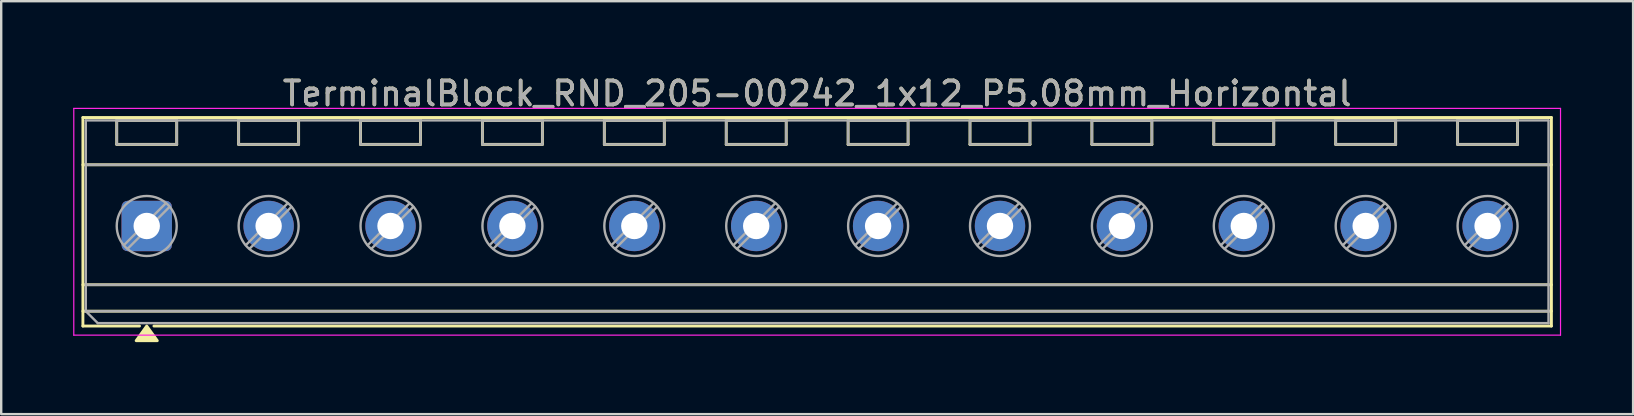
<source format=kicad_pcb>
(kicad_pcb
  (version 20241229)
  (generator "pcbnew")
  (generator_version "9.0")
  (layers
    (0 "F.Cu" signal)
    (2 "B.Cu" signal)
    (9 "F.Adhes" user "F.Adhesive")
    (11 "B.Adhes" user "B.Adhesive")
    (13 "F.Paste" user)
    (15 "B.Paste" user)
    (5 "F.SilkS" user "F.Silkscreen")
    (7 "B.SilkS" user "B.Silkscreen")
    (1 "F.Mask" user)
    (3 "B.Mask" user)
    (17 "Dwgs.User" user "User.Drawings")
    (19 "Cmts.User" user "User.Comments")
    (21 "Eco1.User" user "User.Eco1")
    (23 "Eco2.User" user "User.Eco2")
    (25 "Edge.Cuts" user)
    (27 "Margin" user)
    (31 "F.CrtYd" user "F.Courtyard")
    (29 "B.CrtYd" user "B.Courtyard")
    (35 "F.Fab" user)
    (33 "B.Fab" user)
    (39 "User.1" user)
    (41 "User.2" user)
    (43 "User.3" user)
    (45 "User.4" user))
  (footprint "TerminalBlock_RND_205-00242_1x12_P5.08mm_Horizontal"
    (layer "F.Cu")
    (at 3.065 6.368)
    (property "Reference" "TerminalBlock_RND_205-00242_1x12_P5.08mm_Horizontal" (at 27.94 -5.52 0) (layer "F.SilkS") (effects (font (size 1 1) (thickness 0.15))))
    (attr through_hole)
    (fp_line (start -2.66 -4.52) (end -2.66 4.17) (stroke (width 0.12) (type solid)) (layer "F.SilkS"))
    (fp_line (start -2.66 -4.52) (end 58.54 -4.52) (stroke (width 0.12) (type solid)) (layer "F.SilkS"))
    (fp_line (start -2.66 -2.55) (end 58.54 -2.55) (stroke (width 0.12) (type solid)) (layer "F.SilkS"))
    (fp_line (start -2.66 2.45) (end 58.54 2.45) (stroke (width 0.12) (type solid)) (layer "F.SilkS"))
    (fp_line (start -2.66 3.55) (end 58.54 3.55) (stroke (width 0.12) (type solid)) (layer "F.SilkS"))
    (fp_line (start -2.66 4.17) (end -0.3 4.17) (stroke (width 0.12) (type solid)) (layer "F.SilkS"))
    (fp_line (start -1.25 -4.4) (end -1.25 -3.4) (stroke (width 0.12) (type solid)) (layer "F.SilkS"))
    (fp_line (start -1.25 -4.4) (end 1.25 -4.4) (stroke (width 0.12) (type solid)) (layer "F.SilkS"))
    (fp_line (start -1.25 -3.4) (end 1.25 -3.4) (stroke (width 0.12) (type solid)) (layer "F.SilkS"))
    (fp_line (start 0.3 4.17) (end 58.54 4.17) (stroke (width 0.12) (type solid)) (layer "F.SilkS"))
    (fp_line (start 1.25 -4.4) (end 1.25 -3.4) (stroke (width 0.12) (type solid)) (layer "F.SilkS"))
    (fp_line (start 3.83 -4.4) (end 3.83 -3.4) (stroke (width 0.12) (type solid)) (layer "F.SilkS"))
    (fp_line (start 3.83 -4.4) (end 6.33 -4.4) (stroke (width 0.12) (type solid)) (layer "F.SilkS"))
    (fp_line (start 3.83 -3.4) (end 6.33 -3.4) (stroke (width 0.12) (type solid)) (layer "F.SilkS"))
    (fp_line (start 6.33 -4.4) (end 6.33 -3.4) (stroke (width 0.12) (type solid)) (layer "F.SilkS"))
    (fp_line (start 8.91 -4.4) (end 8.91 -3.4) (stroke (width 0.12) (type solid)) (layer "F.SilkS"))
    (fp_line (start 8.91 -4.4) (end 11.41 -4.4) (stroke (width 0.12) (type solid)) (layer "F.SilkS"))
    (fp_line (start 8.91 -3.4) (end 11.41 -3.4) (stroke (width 0.12) (type solid)) (layer "F.SilkS"))
    (fp_line (start 11.41 -4.4) (end 11.41 -3.4) (stroke (width 0.12) (type solid)) (layer "F.SilkS"))
    (fp_line (start 13.99 -4.4) (end 13.99 -3.4) (stroke (width 0.12) (type solid)) (layer "F.SilkS"))
    (fp_line (start 13.99 -4.4) (end 16.49 -4.4) (stroke (width 0.12) (type solid)) (layer "F.SilkS"))
    (fp_line (start 13.99 -3.4) (end 16.49 -3.4) (stroke (width 0.12) (type solid)) (layer "F.SilkS"))
    (fp_line (start 16.49 -4.4) (end 16.49 -3.4) (stroke (width 0.12) (type solid)) (layer "F.SilkS"))
    (fp_line (start 19.07 -4.4) (end 19.07 -3.4) (stroke (width 0.12) (type solid)) (layer "F.SilkS"))
    (fp_line (start 19.07 -4.4) (end 21.57 -4.4) (stroke (width 0.12) (type solid)) (layer "F.SilkS"))
    (fp_line (start 19.07 -3.4) (end 21.57 -3.4) (stroke (width 0.12) (type solid)) (layer "F.SilkS"))
    (fp_line (start 21.57 -4.4) (end 21.57 -3.4) (stroke (width 0.12) (type solid)) (layer "F.SilkS"))
    (fp_line (start 24.15 -4.4) (end 24.15 -3.4) (stroke (width 0.12) (type solid)) (layer "F.SilkS"))
    (fp_line (start 24.15 -4.4) (end 26.65 -4.4) (stroke (width 0.12) (type solid)) (layer "F.SilkS"))
    (fp_line (start 24.15 -3.4) (end 26.65 -3.4) (stroke (width 0.12) (type solid)) (layer "F.SilkS"))
    (fp_line (start 26.65 -4.4) (end 26.65 -3.4) (stroke (width 0.12) (type solid)) (layer "F.SilkS"))
    (fp_line (start 29.23 -4.4) (end 29.23 -3.4) (stroke (width 0.12) (type solid)) (layer "F.SilkS"))
    (fp_line (start 29.23 -4.4) (end 31.73 -4.4) (stroke (width 0.12) (type solid)) (layer "F.SilkS"))
    (fp_line (start 29.23 -3.4) (end 31.73 -3.4) (stroke (width 0.12) (type solid)) (layer "F.SilkS"))
    (fp_line (start 31.73 -4.4) (end 31.73 -3.4) (stroke (width 0.12) (type solid)) (layer "F.SilkS"))
    (fp_line (start 34.31 -4.4) (end 34.31 -3.4) (stroke (width 0.12) (type solid)) (layer "F.SilkS"))
    (fp_line (start 34.31 -4.4) (end 36.81 -4.4) (stroke (width 0.12) (type solid)) (layer "F.SilkS"))
    (fp_line (start 34.31 -3.4) (end 36.81 -3.4) (stroke (width 0.12) (type solid)) (layer "F.SilkS"))
    (fp_line (start 36.81 -4.4) (end 36.81 -3.4) (stroke (width 0.12) (type solid)) (layer "F.SilkS"))
    (fp_line (start 39.39 -4.4) (end 39.39 -3.4) (stroke (width 0.12) (type solid)) (layer "F.SilkS"))
    (fp_line (start 39.39 -4.4) (end 41.89 -4.4) (stroke (width 0.12) (type solid)) (layer "F.SilkS"))
    (fp_line (start 39.39 -3.4) (end 41.89 -3.4) (stroke (width 0.12) (type solid)) (layer "F.SilkS"))
    (fp_line (start 41.89 -4.4) (end 41.89 -3.4) (stroke (width 0.12) (type solid)) (layer "F.SilkS"))
    (fp_line (start 44.47 -4.4) (end 44.47 -3.4) (stroke (width 0.12) (type solid)) (layer "F.SilkS"))
    (fp_line (start 44.47 -4.4) (end 46.97 -4.4) (stroke (width 0.12) (type solid)) (layer "F.SilkS"))
    (fp_line (start 44.47 -3.4) (end 46.97 -3.4) (stroke (width 0.12) (type solid)) (layer "F.SilkS"))
    (fp_line (start 46.97 -4.4) (end 46.97 -3.4) (stroke (width 0.12) (type solid)) (layer "F.SilkS"))
    (fp_line (start 49.55 -4.4) (end 49.55 -3.4) (stroke (width 0.12) (type solid)) (layer "F.SilkS"))
    (fp_line (start 49.55 -4.4) (end 52.05 -4.4) (stroke (width 0.12) (type solid)) (layer "F.SilkS"))
    (fp_line (start 49.55 -3.4) (end 52.05 -3.4) (stroke (width 0.12) (type solid)) (layer "F.SilkS"))
    (fp_line (start 52.05 -4.4) (end 52.05 -3.4) (stroke (width 0.12) (type solid)) (layer "F.SilkS"))
    (fp_line (start 54.63 -4.4) (end 54.63 -3.4) (stroke (width 0.12) (type solid)) (layer "F.SilkS"))
    (fp_line (start 54.63 -4.4) (end 57.13 -4.4) (stroke (width 0.12) (type solid)) (layer "F.SilkS"))
    (fp_line (start 54.63 -3.4) (end 57.13 -3.4) (stroke (width 0.12) (type solid)) (layer "F.SilkS"))
    (fp_line (start 57.13 -4.4) (end 57.13 -3.4) (stroke (width 0.12) (type solid)) (layer "F.SilkS"))
    (fp_line (start 58.54 -4.52) (end 58.54 4.17) (stroke (width 0.12) (type solid)) (layer "F.SilkS"))
    (fp_poly (pts (xy 0 4.17) (xy 0.44 4.78) (xy -0.44 4.78)) (stroke (width 0.12) (type solid)) (fill yes) (layer "F.SilkS"))
    (fp_line (start -3.04 -4.9) (end -3.04 4.55) (stroke (width 0.05) (type solid)) (layer "F.CrtYd"))
    (fp_line (start -3.04 4.55) (end 58.92 4.55) (stroke (width 0.05) (type solid)) (layer "F.CrtYd"))
    (fp_line (start 58.92 -4.9) (end -3.04 -4.9) (stroke (width 0.05) (type solid)) (layer "F.CrtYd"))
    (fp_line (start 58.92 4.55) (end 58.92 -4.9) (stroke (width 0.05) (type solid)) (layer "F.CrtYd"))
    (fp_line (start -2.54 -4.4) (end 58.42 -4.4) (stroke (width 0.1) (type solid)) (layer "F.Fab"))
    (fp_line (start -2.54 -2.55) (end 58.42 -2.55) (stroke (width 0.1) (type solid)) (layer "F.Fab"))
    (fp_line (start -2.54 2.45) (end 58.42 2.45) (stroke (width 0.1) (type solid)) (layer "F.Fab"))
    (fp_line (start -2.54 3.55) (end -2.54 -4.4) (stroke (width 0.1) (type solid)) (layer "F.Fab"))
    (fp_line (start -2.54 3.55) (end 58.42 3.55) (stroke (width 0.1) (type solid)) (layer "F.Fab"))
    (fp_line (start -2.04 4.05) (end -2.54 3.55) (stroke (width 0.1) (type solid)) (layer "F.Fab"))
    (fp_line (start -1.25 -4.4) (end -1.25 -3.4) (stroke (width 0.1) (type solid)) (layer "F.Fab"))
    (fp_line (start -1.25 -3.4) (end 1.25 -3.4) (stroke (width 0.1) (type solid)) (layer "F.Fab"))
    (fp_line (start 0.796 -0.948) (end -0.948 0.795) (stroke (width 0.1) (type solid)) (layer "F.Fab"))
    (fp_line (start 0.948 -0.795) (end -0.796 0.948) (stroke (width 0.1) (type solid)) (layer "F.Fab"))
    (fp_line (start 1.25 -4.4) (end -1.25 -4.4) (stroke (width 0.1) (type solid)) (layer "F.Fab"))
    (fp_line (start 1.25 -3.4) (end 1.25 -4.4) (stroke (width 0.1) (type solid)) (layer "F.Fab"))
    (fp_line (start 3.83 -4.4) (end 3.83 -3.4) (stroke (width 0.1) (type solid)) (layer "F.Fab"))
    (fp_line (start 3.83 -3.4) (end 6.33 -3.4) (stroke (width 0.1) (type solid)) (layer "F.Fab"))
    (fp_line (start 5.876 -0.948) (end 4.132 0.795) (stroke (width 0.1) (type solid)) (layer "F.Fab"))
    (fp_line (start 6.028 -0.795) (end 4.284 0.948) (stroke (width 0.1) (type solid)) (layer "F.Fab"))
    (fp_line (start 6.33 -4.4) (end 3.83 -4.4) (stroke (width 0.1) (type solid)) (layer "F.Fab"))
    (fp_line (start 6.33 -3.4) (end 6.33 -4.4) (stroke (width 0.1) (type solid)) (layer "F.Fab"))
    (fp_line (start 8.91 -4.4) (end 8.91 -3.4) (stroke (width 0.1) (type solid)) (layer "F.Fab"))
    (fp_line (start 8.91 -3.4) (end 11.41 -3.4) (stroke (width 0.1) (type solid)) (layer "F.Fab"))
    (fp_line (start 10.956 -0.948) (end 9.212 0.795) (stroke (width 0.1) (type solid)) (layer "F.Fab"))
    (fp_line (start 11.108 -0.795) (end 9.364 0.948) (stroke (width 0.1) (type solid)) (layer "F.Fab"))
    (fp_line (start 11.41 -4.4) (end 8.91 -4.4) (stroke (width 0.1) (type solid)) (layer "F.Fab"))
    (fp_line (start 11.41 -3.4) (end 11.41 -4.4) (stroke (width 0.1) (type solid)) (layer "F.Fab"))
    (fp_line (start 13.99 -4.4) (end 13.99 -3.4) (stroke (width 0.1) (type solid)) (layer "F.Fab"))
    (fp_line (start 13.99 -3.4) (end 16.49 -3.4) (stroke (width 0.1) (type solid)) (layer "F.Fab"))
    (fp_line (start 16.036 -0.948) (end 14.292 0.795) (stroke (width 0.1) (type solid)) (layer "F.Fab"))
    (fp_line (start 16.188 -0.795) (end 14.444 0.948) (stroke (width 0.1) (type solid)) (layer "F.Fab"))
    (fp_line (start 16.49 -4.4) (end 13.99 -4.4) (stroke (width 0.1) (type solid)) (layer "F.Fab"))
    (fp_line (start 16.49 -3.4) (end 16.49 -4.4) (stroke (width 0.1) (type solid)) (layer "F.Fab"))
    (fp_line (start 19.07 -4.4) (end 19.07 -3.4) (stroke (width 0.1) (type solid)) (layer "F.Fab"))
    (fp_line (start 19.07 -3.4) (end 21.57 -3.4) (stroke (width 0.1) (type solid)) (layer "F.Fab"))
    (fp_line (start 21.116 -0.948) (end 19.372 0.795) (stroke (width 0.1) (type solid)) (layer "F.Fab"))
    (fp_line (start 21.268 -0.795) (end 19.524 0.948) (stroke (width 0.1) (type solid)) (layer "F.Fab"))
    (fp_line (start 21.57 -4.4) (end 19.07 -4.4) (stroke (width 0.1) (type solid)) (layer "F.Fab"))
    (fp_line (start 21.57 -3.4) (end 21.57 -4.4) (stroke (width 0.1) (type solid)) (layer "F.Fab"))
    (fp_line (start 24.15 -4.4) (end 24.15 -3.4) (stroke (width 0.1) (type solid)) (layer "F.Fab"))
    (fp_line (start 24.15 -3.4) (end 26.65 -3.4) (stroke (width 0.1) (type solid)) (layer "F.Fab"))
    (fp_line (start 26.196 -0.948) (end 24.452 0.795) (stroke (width 0.1) (type solid)) (layer "F.Fab"))
    (fp_line (start 26.348 -0.795) (end 24.604 0.948) (stroke (width 0.1) (type solid)) (layer "F.Fab"))
    (fp_line (start 26.65 -4.4) (end 24.15 -4.4) (stroke (width 0.1) (type solid)) (layer "F.Fab"))
    (fp_line (start 26.65 -3.4) (end 26.65 -4.4) (stroke (width 0.1) (type solid)) (layer "F.Fab"))
    (fp_line (start 29.23 -4.4) (end 29.23 -3.4) (stroke (width 0.1) (type solid)) (layer "F.Fab"))
    (fp_line (start 29.23 -3.4) (end 31.73 -3.4) (stroke (width 0.1) (type solid)) (layer "F.Fab"))
    (fp_line (start 31.276 -0.948) (end 29.532 0.795) (stroke (width 0.1) (type solid)) (layer "F.Fab"))
    (fp_line (start 31.428 -0.795) (end 29.684 0.948) (stroke (width 0.1) (type solid)) (layer "F.Fab"))
    (fp_line (start 31.73 -4.4) (end 29.23 -4.4) (stroke (width 0.1) (type solid)) (layer "F.Fab"))
    (fp_line (start 31.73 -3.4) (end 31.73 -4.4) (stroke (width 0.1) (type solid)) (layer "F.Fab"))
    (fp_line (start 34.31 -4.4) (end 34.31 -3.4) (stroke (width 0.1) (type solid)) (layer "F.Fab"))
    (fp_line (start 34.31 -3.4) (end 36.81 -3.4) (stroke (width 0.1) (type solid)) (layer "F.Fab"))
    (fp_line (start 36.356 -0.948) (end 34.612 0.795) (stroke (width 0.1) (type solid)) (layer "F.Fab"))
    (fp_line (start 36.508 -0.795) (end 34.764 0.948) (stroke (width 0.1) (type solid)) (layer "F.Fab"))
    (fp_line (start 36.81 -4.4) (end 34.31 -4.4) (stroke (width 0.1) (type solid)) (layer "F.Fab"))
    (fp_line (start 36.81 -3.4) (end 36.81 -4.4) (stroke (width 0.1) (type solid)) (layer "F.Fab"))
    (fp_line (start 39.39 -4.4) (end 39.39 -3.4) (stroke (width 0.1) (type solid)) (layer "F.Fab"))
    (fp_line (start 39.39 -3.4) (end 41.89 -3.4) (stroke (width 0.1) (type solid)) (layer "F.Fab"))
    (fp_line (start 41.436 -0.948) (end 39.692 0.795) (stroke (width 0.1) (type solid)) (layer "F.Fab"))
    (fp_line (start 41.588 -0.795) (end 39.844 0.948) (stroke (width 0.1) (type solid)) (layer "F.Fab"))
    (fp_line (start 41.89 -4.4) (end 39.39 -4.4) (stroke (width 0.1) (type solid)) (layer "F.Fab"))
    (fp_line (start 41.89 -3.4) (end 41.89 -4.4) (stroke (width 0.1) (type solid)) (layer "F.Fab"))
    (fp_line (start 44.47 -4.4) (end 44.47 -3.4) (stroke (width 0.1) (type solid)) (layer "F.Fab"))
    (fp_line (start 44.47 -3.4) (end 46.97 -3.4) (stroke (width 0.1) (type solid)) (layer "F.Fab"))
    (fp_line (start 46.516 -0.948) (end 44.772 0.795) (stroke (width 0.1) (type solid)) (layer "F.Fab"))
    (fp_line (start 46.668 -0.795) (end 44.924 0.948) (stroke (width 0.1) (type solid)) (layer "F.Fab"))
    (fp_line (start 46.97 -4.4) (end 44.47 -4.4) (stroke (width 0.1) (type solid)) (layer "F.Fab"))
    (fp_line (start 46.97 -3.4) (end 46.97 -4.4) (stroke (width 0.1) (type solid)) (layer "F.Fab"))
    (fp_line (start 49.55 -4.4) (end 49.55 -3.4) (stroke (width 0.1) (type solid)) (layer "F.Fab"))
    (fp_line (start 49.55 -3.4) (end 52.05 -3.4) (stroke (width 0.1) (type solid)) (layer "F.Fab"))
    (fp_line (start 51.596 -0.948) (end 49.852 0.795) (stroke (width 0.1) (type solid)) (layer "F.Fab"))
    (fp_line (start 51.748 -0.795) (end 50.004 0.948) (stroke (width 0.1) (type solid)) (layer "F.Fab"))
    (fp_line (start 52.05 -4.4) (end 49.55 -4.4) (stroke (width 0.1) (type solid)) (layer "F.Fab"))
    (fp_line (start 52.05 -3.4) (end 52.05 -4.4) (stroke (width 0.1) (type solid)) (layer "F.Fab"))
    (fp_line (start 54.63 -4.4) (end 54.63 -3.4) (stroke (width 0.1) (type solid)) (layer "F.Fab"))
    (fp_line (start 54.63 -3.4) (end 57.13 -3.4) (stroke (width 0.1) (type solid)) (layer "F.Fab"))
    (fp_line (start 56.676 -0.948) (end 54.932 0.795) (stroke (width 0.1) (type solid)) (layer "F.Fab"))
    (fp_line (start 56.828 -0.795) (end 55.084 0.948) (stroke (width 0.1) (type solid)) (layer "F.Fab"))
    (fp_line (start 57.13 -4.4) (end 54.63 -4.4) (stroke (width 0.1) (type solid)) (layer "F.Fab"))
    (fp_line (start 57.13 -3.4) (end 57.13 -4.4) (stroke (width 0.1) (type solid)) (layer "F.Fab"))
    (fp_line (start 58.42 -4.4) (end 58.42 4.05) (stroke (width 0.1) (type solid)) (layer "F.Fab"))
    (fp_line (start 58.42 4.05) (end -2.04 4.05) (stroke (width 0.1) (type solid)) (layer "F.Fab"))
    (fp_circle (center 0 0) (end 1.25 0) (stroke (width 0.1) (type solid)) (fill no) (layer "F.Fab"))
    (fp_circle (center 5.08 0) (end 6.33 0) (stroke (width 0.1) (type solid)) (fill no) (layer "F.Fab"))
    (fp_circle (center 10.16 0) (end 11.41 0) (stroke (width 0.1) (type solid)) (fill no) (layer "F.Fab"))
    (fp_circle (center 15.24 0) (end 16.49 0) (stroke (width 0.1) (type solid)) (fill no) (layer "F.Fab"))
    (fp_circle (center 20.32 0) (end 21.57 0) (stroke (width 0.1) (type solid)) (fill no) (layer "F.Fab"))
    (fp_circle (center 25.4 0) (end 26.65 0) (stroke (width 0.1) (type solid)) (fill no) (layer "F.Fab"))
    (fp_circle (center 30.48 0) (end 31.73 0) (stroke (width 0.1) (type solid)) (fill no) (layer "F.Fab"))
    (fp_circle (center 35.56 0) (end 36.81 0) (stroke (width 0.1) (type solid)) (fill no) (layer "F.Fab"))
    (fp_circle (center 40.64 0) (end 41.89 0) (stroke (width 0.1) (type solid)) (fill no) (layer "F.Fab"))
    (fp_circle (center 45.72 0) (end 46.97 0) (stroke (width 0.1) (type solid)) (fill no) (layer "F.Fab"))
    (fp_circle (center 50.8 0) (end 52.05 0) (stroke (width 0.1) (type solid)) (fill no) (layer "F.Fab"))
    (fp_circle (center 55.88 0) (end 57.13 0) (stroke (width 0.1) (type solid)) (fill no) (layer "F.Fab"))
    (fp_text user "${REFERENCE}" (at 27.94 -5.52 0) (layer "F.Fab") (effects (font (size 1 1) (thickness 0.15))))
    (pad "1" thru_hole roundrect (at 0 0) (size 2.1 2.1) (drill 1.1) (layers "*.Cu" "*.Mask") (roundrect_rratio 0.119))
    (pad "2" thru_hole circle (at 5.08 0) (size 2.1 2.1) (drill 1.1) (layers "*.Cu" "*.Mask"))
    (pad "3" thru_hole circle (at 10.16 0) (size 2.1 2.1) (drill 1.1) (layers "*.Cu" "*.Mask"))
    (pad "4" thru_hole circle (at 15.24 0) (size 2.1 2.1) (drill 1.1) (layers "*.Cu" "*.Mask"))
    (pad "5" thru_hole circle (at 20.32 0) (size 2.1 2.1) (drill 1.1) (layers "*.Cu" "*.Mask"))
    (pad "6" thru_hole circle (at 25.4 0) (size 2.1 2.1) (drill 1.1) (layers "*.Cu" "*.Mask"))
    (pad "7" thru_hole circle (at 30.48 0) (size 2.1 2.1) (drill 1.1) (layers "*.Cu" "*.Mask"))
    (pad "8" thru_hole circle (at 35.56 0) (size 2.1 2.1) (drill 1.1) (layers "*.Cu" "*.Mask"))
    (pad "9" thru_hole circle (at 40.64 0) (size 2.1 2.1) (drill 1.1) (layers "*.Cu" "*.Mask"))
    (pad "10" thru_hole circle (at 45.72 0) (size 2.1 2.1) (drill 1.1) (layers "*.Cu" "*.Mask"))
    (pad "11" thru_hole circle (at 50.8 0) (size 2.1 2.1) (drill 1.1) (layers "*.Cu" "*.Mask"))
    (pad "12" thru_hole circle (at 55.88 0) (size 2.1 2.1) (drill 1.1) (layers "*.Cu" "*.Mask")))
  (gr_rect
    (start -3 -3)
    (end 65.01 14.208)
    (stroke (width 0.1) (type default))
    (fill no)
    (layer "Edge.Cuts")))
</source>
